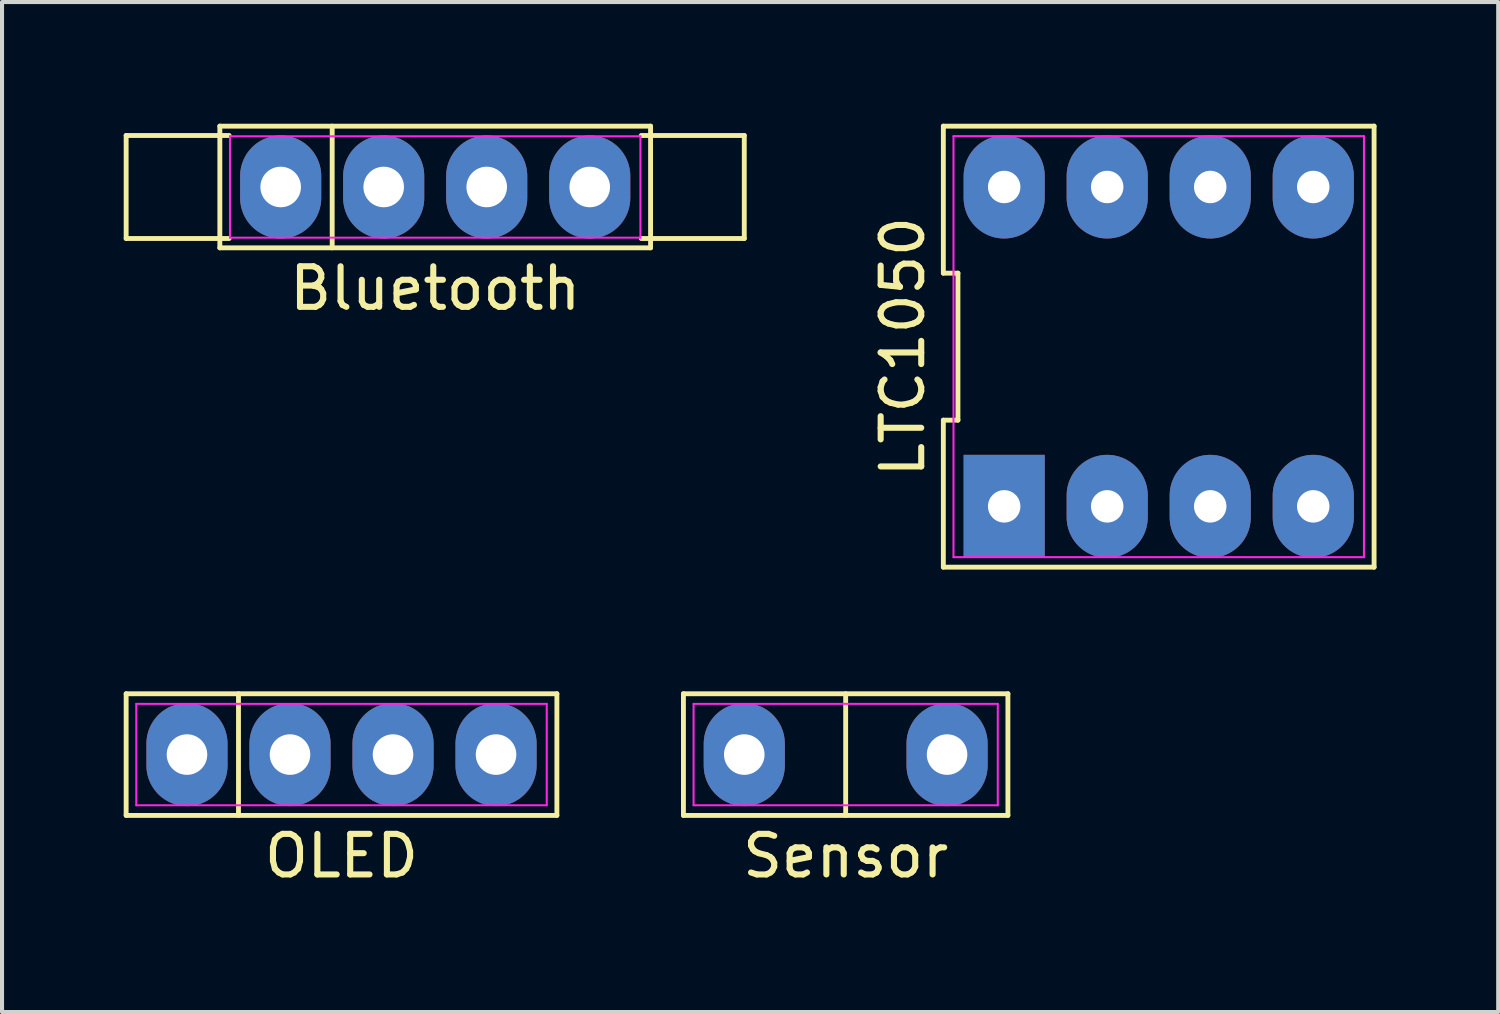
<source format=kicad_pcb>
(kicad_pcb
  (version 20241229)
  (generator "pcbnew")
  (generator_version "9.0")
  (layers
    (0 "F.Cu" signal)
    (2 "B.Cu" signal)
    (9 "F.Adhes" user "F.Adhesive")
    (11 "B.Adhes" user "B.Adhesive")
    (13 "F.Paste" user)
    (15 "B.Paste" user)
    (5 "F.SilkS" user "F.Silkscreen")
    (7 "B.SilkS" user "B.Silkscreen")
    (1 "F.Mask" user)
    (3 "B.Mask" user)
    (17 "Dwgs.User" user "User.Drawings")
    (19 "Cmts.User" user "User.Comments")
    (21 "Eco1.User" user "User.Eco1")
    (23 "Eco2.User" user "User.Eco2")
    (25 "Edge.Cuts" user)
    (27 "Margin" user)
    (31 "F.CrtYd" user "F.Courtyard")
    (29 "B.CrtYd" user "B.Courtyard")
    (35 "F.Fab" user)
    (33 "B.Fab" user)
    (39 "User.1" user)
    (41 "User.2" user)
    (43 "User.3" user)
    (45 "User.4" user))
  (footprint "Bluetooth"
    (layer "F.Cu")
    (at 7.68 1.56)
    (property "Reference" "Bluetooth" (at 0 2.5 0) (layer "F.SilkS") (effects (font (size 1 1) (thickness 0.15))))
    (attr through_hole)
    (fp_line (start -7.62 -1.27) (end -7.62 1.27) (stroke (width 0.12) (type solid)) (layer "F.SilkS"))
    (fp_line (start -7.62 1.27) (end -5.08 1.27) (stroke (width 0.12) (type solid)) (layer "F.SilkS"))
    (fp_line (start -5.31 -1.5) (end 5.31 -1.5) (stroke (width 0.12) (type solid)) (layer "F.SilkS"))
    (fp_line (start -5.31 1.5) (end -5.31 -1.5) (stroke (width 0.12) (type solid)) (layer "F.SilkS"))
    (fp_line (start -5.08 -1.27) (end -7.62 -1.27) (stroke (width 0.12) (type solid)) (layer "F.SilkS"))
    (fp_line (start -2.54 -1.5) (end -2.54 1.5) (stroke (width 0.12) (type solid)) (layer "F.SilkS"))
    (fp_line (start 5.08 -1.27) (end 7.62 -1.27) (stroke (width 0.12) (type solid)) (layer "F.SilkS"))
    (fp_line (start 5.31 -1.5) (end 5.31 1.5) (stroke (width 0.12) (type solid)) (layer "F.SilkS"))
    (fp_line (start 5.31 1.5) (end -5.31 1.5) (stroke (width 0.12) (type solid)) (layer "F.SilkS"))
    (fp_line (start 7.62 -1.27) (end 7.62 1.27) (stroke (width 0.12) (type solid)) (layer "F.SilkS"))
    (fp_line (start 7.62 1.27) (end 5.08 1.27) (stroke (width 0.12) (type solid)) (layer "F.SilkS"))
    (fp_line (start -5.06 -1.25) (end 5.06 -1.25) (stroke (width 0.05) (type solid)) (layer "F.CrtYd"))
    (fp_line (start -5.06 1.25) (end -5.06 -1.25) (stroke (width 0.05) (type solid)) (layer "F.CrtYd"))
    (fp_line (start 5.06 -1.25) (end 5.06 1.25) (stroke (width 0.05) (type solid)) (layer "F.CrtYd"))
    (fp_line (start 5.06 1.25) (end -5.06 1.25) (stroke (width 0.05) (type solid)) (layer "F.CrtYd"))
    (pad "1" thru_hole oval (at -3.81 0) (size 2 2.54) (drill 1) (layers "*.Cu" "*.Mask"))
    (pad "2" thru_hole oval (at -1.27 0) (size 2 2.54) (drill 1) (layers "*.Cu" "*.Mask"))
    (pad "3" thru_hole oval (at 1.27 0) (size 2 2.54) (drill 1) (layers "*.Cu" "*.Mask"))
    (pad "4" thru_hole oval (at 3.81 0) (size 2 2.54) (drill 1) (layers "*.Cu" "*.Mask")))
  (footprint "OLED"
    (layer "F.Cu")
    (at 5.37 15.554)
    (property "Reference" "OLED" (at 0 2.5 0) (layer "F.SilkS") (effects (font (size 1 1) (thickness 0.15))))
    (attr through_hole)
    (fp_line (start -5.31 -1.5) (end 5.31 -1.5) (stroke (width 0.12) (type solid)) (layer "F.SilkS"))
    (fp_line (start -5.31 1.5) (end -5.31 -1.5) (stroke (width 0.12) (type solid)) (layer "F.SilkS"))
    (fp_line (start -2.54 -1.5) (end -2.54 1.5) (stroke (width 0.12) (type solid)) (layer "F.SilkS"))
    (fp_line (start 5.31 -1.5) (end 5.31 1.5) (stroke (width 0.12) (type solid)) (layer "F.SilkS"))
    (fp_line (start 5.31 1.5) (end -5.31 1.5) (stroke (width 0.12) (type solid)) (layer "F.SilkS"))
    (fp_line (start -5.06 -1.25) (end 5.06 -1.25) (stroke (width 0.05) (type solid)) (layer "F.CrtYd"))
    (fp_line (start -5.06 1.25) (end -5.06 -1.25) (stroke (width 0.05) (type solid)) (layer "F.CrtYd"))
    (fp_line (start 5.06 -1.25) (end 5.06 1.25) (stroke (width 0.05) (type solid)) (layer "F.CrtYd"))
    (fp_line (start 5.06 1.25) (end -5.06 1.25) (stroke (width 0.05) (type solid)) (layer "F.CrtYd"))
    (pad "1" thru_hole oval (at -3.81 0) (size 2 2.54) (drill 1) (layers "*.Cu" "*.Mask"))
    (pad "2" thru_hole oval (at -1.27 0) (size 2 2.54) (drill 1) (layers "*.Cu" "*.Mask"))
    (pad "3" thru_hole oval (at 1.27 0) (size 2 2.54) (drill 1) (layers "*.Cu" "*.Mask"))
    (pad "4" thru_hole oval (at 3.81 0) (size 2 2.54) (drill 1) (layers "*.Cu" "*.Mask")))
  (footprint "LTC1050"
    (layer "F.Cu")
    (at 25.518 5.497)
    (property "Reference" "LTC1050" (at -6.31 0 90) (layer "F.SilkS") (effects (font (size 1 1) (thickness 0.15))))
    (attr through_hole)
    (fp_line (start -5.31 -5.437) (end -5.31 -1.812) (stroke (width 0.12) (type solid)) (layer "F.SilkS"))
    (fp_line (start -5.31 -1.812) (end -4.95 -1.812) (stroke (width 0.12) (type solid)) (layer "F.SilkS"))
    (fp_line (start -5.31 1.812) (end -5.31 5.437) (stroke (width 0.12) (type solid)) (layer "F.SilkS"))
    (fp_line (start -5.31 5.437) (end 5.31 5.437) (stroke (width 0.12) (type solid)) (layer "F.SilkS"))
    (fp_line (start -4.95 -1.812) (end -4.95 1.812) (stroke (width 0.12) (type solid)) (layer "F.SilkS"))
    (fp_line (start -4.95 1.812) (end -5.31 1.812) (stroke (width 0.12) (type solid)) (layer "F.SilkS"))
    (fp_line (start 5.31 -5.437) (end -5.31 -5.437) (stroke (width 0.12) (type solid)) (layer "F.SilkS"))
    (fp_line (start 5.31 5.437) (end 5.31 -5.437) (stroke (width 0.12) (type solid)) (layer "F.SilkS"))
    (fp_line (start -5.06 -5.19) (end 5.06 -5.19) (stroke (width 0.05) (type solid)) (layer "F.CrtYd"))
    (fp_line (start -5.06 5.19) (end -5.06 -5.19) (stroke (width 0.05) (type solid)) (layer "F.CrtYd"))
    (fp_line (start 5.06 -5.19) (end 5.06 5.19) (stroke (width 0.05) (type solid)) (layer "F.CrtYd"))
    (fp_line (start 5.06 5.19) (end -5.06 5.19) (stroke (width 0.05) (type solid)) (layer "F.CrtYd"))
    (pad "1" thru_hole rect (at -3.81 3.937) (size 2 2.54) (drill 0.8) (layers "*.Cu" "*.Mask"))
    (pad "2" thru_hole oval (at -1.27 3.937) (size 2 2.54) (drill 0.8) (layers "*.Cu" "*.Mask"))
    (pad "3" thru_hole oval (at 1.27 3.937) (size 2 2.54) (drill 0.8) (layers "*.Cu" "*.Mask"))
    (pad "4" thru_hole oval (at 3.81 3.937) (size 2 2.54) (drill 0.8) (layers "*.Cu" "*.Mask"))
    (pad "5" thru_hole oval (at 3.81 -3.937) (size 2 2.54) (drill 0.8) (layers "*.Cu" "*.Mask"))
    (pad "6" thru_hole oval (at 1.27 -3.937) (size 2 2.54) (drill 0.8) (layers "*.Cu" "*.Mask"))
    (pad "7" thru_hole oval (at -1.27 -3.937) (size 2 2.54) (drill 0.8) (layers "*.Cu" "*.Mask"))
    (pad "8" thru_hole oval (at -3.81 -3.937) (size 2 2.54) (drill 0.8) (layers "*.Cu" "*.Mask")))
  (footprint "Sensor"
    (layer "F.Cu")
    (at 17.8 15.554)
    (property "Reference" "Sensor" (at 0 2.5 0) (layer "F.SilkS") (effects (font (size 1 1) (thickness 0.15))))
    (attr through_hole)
    (fp_line (start -4 -1.5) (end 4 -1.5) (stroke (width 0.12) (type solid)) (layer "F.SilkS"))
    (fp_line (start -4 1.5) (end -4 -1.5) (stroke (width 0.12) (type solid)) (layer "F.SilkS"))
    (fp_line (start 0 -1.5) (end 0 1.5) (stroke (width 0.12) (type solid)) (layer "F.SilkS"))
    (fp_line (start 4 -1.5) (end 4 1.5) (stroke (width 0.12) (type solid)) (layer "F.SilkS"))
    (fp_line (start 4 1.5) (end -4 1.5) (stroke (width 0.12) (type solid)) (layer "F.SilkS"))
    (fp_line (start -3.75 -1.25) (end 3.75 -1.25) (stroke (width 0.05) (type solid)) (layer "F.CrtYd"))
    (fp_line (start -3.75 1.25) (end -3.75 -1.25) (stroke (width 0.05) (type solid)) (layer "F.CrtYd"))
    (fp_line (start 3.75 -1.25) (end 3.75 1.25) (stroke (width 0.05) (type solid)) (layer "F.CrtYd"))
    (fp_line (start 3.75 1.25) (end -3.75 1.25) (stroke (width 0.05) (type solid)) (layer "F.CrtYd"))
    (pad "1" thru_hole oval (at -2.5 0) (size 2 2.54) (drill 1) (layers "*.Cu" "*.Mask"))
    (pad "2" thru_hole oval (at 2.5 0) (size 2 2.54) (drill 1) (layers "*.Cu" "*.Mask")))
  (gr_rect
    (start -3 -3)
    (end 33.888 21.902)
    (stroke (width 0.1) (type default))
    (fill no)
    (layer "Edge.Cuts")))
</source>
